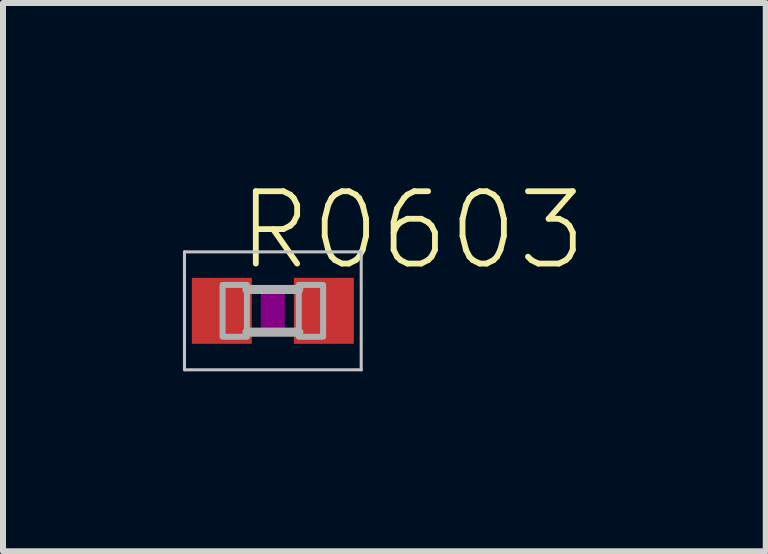
<source format=kicad_pcb>
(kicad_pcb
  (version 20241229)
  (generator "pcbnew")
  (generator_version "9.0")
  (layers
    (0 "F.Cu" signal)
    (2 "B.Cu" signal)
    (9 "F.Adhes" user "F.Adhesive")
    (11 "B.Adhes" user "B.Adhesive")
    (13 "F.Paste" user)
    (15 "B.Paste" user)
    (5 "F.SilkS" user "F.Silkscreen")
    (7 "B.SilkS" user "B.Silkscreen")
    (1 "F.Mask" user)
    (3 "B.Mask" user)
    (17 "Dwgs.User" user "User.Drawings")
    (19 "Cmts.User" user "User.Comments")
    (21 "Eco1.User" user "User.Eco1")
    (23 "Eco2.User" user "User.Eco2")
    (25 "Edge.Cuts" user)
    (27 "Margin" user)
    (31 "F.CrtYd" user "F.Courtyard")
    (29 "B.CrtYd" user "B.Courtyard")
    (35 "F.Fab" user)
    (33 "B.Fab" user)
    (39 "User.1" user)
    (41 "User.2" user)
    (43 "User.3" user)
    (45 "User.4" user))
  (footprint "R0603"
    (layer "F.Cu")
    (at 1.498 2.131)
    (property "Reference" "R0603" (at -0.635 -0.635 0) (layer "F.SilkS") (effects (font (size 1.206 1.206) (thickness 0.097)) (justify left bottom)))
    (attr through_hole)
    (fp_poly (pts (xy -0.2 0.4) (xy 0.2 0.4) (xy 0.2 -0.4) (xy -0.2 -0.4)) (stroke (width 0) (type solid)) (fill yes) (layer "F.Adhes"))
    (fp_line (start -1.473 -0.983) (end 1.473 -0.983) (stroke (width 0.051) (type solid)) (layer "Dwgs.User"))
    (fp_line (start -1.473 0.983) (end -1.473 -0.983) (stroke (width 0.051) (type solid)) (layer "Dwgs.User"))
    (fp_line (start 1.473 -0.983) (end 1.473 0.983) (stroke (width 0.051) (type solid)) (layer "Dwgs.User"))
    (fp_line (start 1.473 0.983) (end -1.473 0.983) (stroke (width 0.051) (type solid)) (layer "Dwgs.User"))
    (fp_line (start -0.432 0.356) (end 0.432 0.356) (stroke (width 0.152) (type solid)) (layer "F.Fab"))
    (fp_line (start 0.432 -0.356) (end -0.432 -0.356) (stroke (width 0.152) (type solid)) (layer "F.Fab"))
    (fp_poly (pts (xy -0.838 0.432) (xy -0.432 0.432) (xy -0.432 -0.432) (xy -0.838 -0.432)) (stroke (width 0.1) (type solid)) (fill no) (layer "F.Fab"))
    (fp_poly (pts (xy 0.432 0.432) (xy 0.838 0.432) (xy 0.838 -0.432) (xy 0.432 -0.432)) (stroke (width 0.1) (type solid)) (fill no) (layer "F.Fab"))
    (pad "1" smd rect (at -0.85 0) (size 1 1.1) (layers "F.Cu" "F.Mask" "F.Paste"))
    (pad "2" smd rect (at 0.85 0) (size 1 1.1) (layers "F.Cu" "F.Mask" "F.Paste")))
  (gr_rect
    (start -3 -3)
    (end 9.714 6.139)
    (stroke (width 0.1) (type default))
    (fill no)
    (layer "Edge.Cuts")))
</source>
